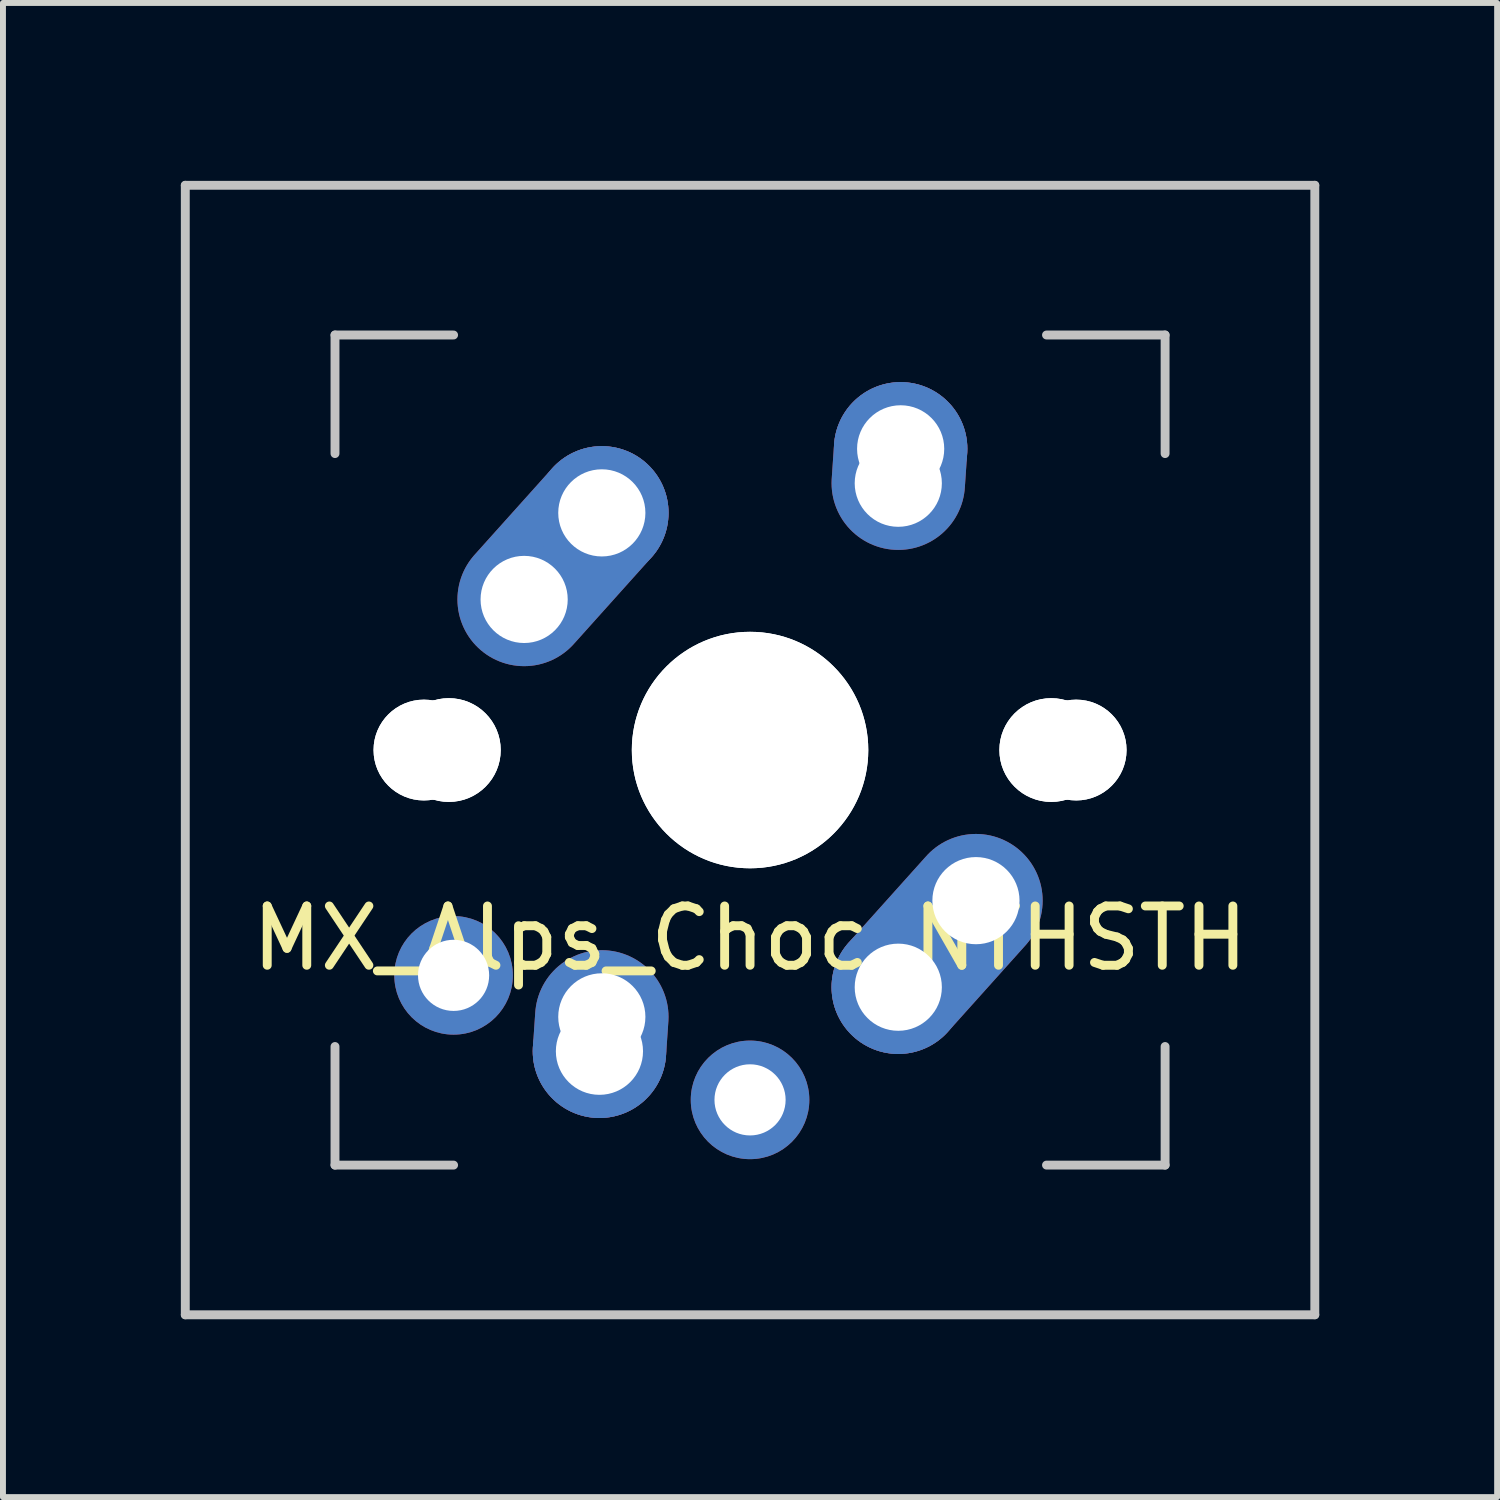
<source format=kicad_pcb>
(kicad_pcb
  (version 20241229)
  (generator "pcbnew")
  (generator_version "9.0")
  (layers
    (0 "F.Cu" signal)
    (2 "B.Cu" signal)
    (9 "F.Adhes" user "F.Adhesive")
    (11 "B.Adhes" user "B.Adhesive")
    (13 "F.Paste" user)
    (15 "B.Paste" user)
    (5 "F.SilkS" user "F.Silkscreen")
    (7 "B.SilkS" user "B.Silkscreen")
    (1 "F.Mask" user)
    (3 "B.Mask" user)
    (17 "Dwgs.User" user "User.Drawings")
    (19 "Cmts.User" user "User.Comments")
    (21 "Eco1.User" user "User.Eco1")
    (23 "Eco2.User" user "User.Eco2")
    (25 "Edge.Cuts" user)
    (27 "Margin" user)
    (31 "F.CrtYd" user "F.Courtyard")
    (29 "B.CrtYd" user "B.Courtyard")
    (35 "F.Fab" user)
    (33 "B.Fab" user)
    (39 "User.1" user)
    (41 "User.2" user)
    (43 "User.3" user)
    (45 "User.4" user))
  (footprint "MX_Alps_Choc_NTHSTH"
    (layer "F.Cu")
    (at 9.6 9.6)
    (property "Reference" "MX_Alps_Choc_NTHSTH" (at 0 3.175 0) (layer "F.SilkS") (effects (font (size 1 1) (thickness 0.15))))
    (attr through_hole)
    (fp_line (start -9.525 -9.525) (end 9.525 -9.525) (stroke (width 0.15) (type solid)) (layer "Dwgs.User"))
    (fp_line (start -9.525 9.525) (end -9.525 -9.525) (stroke (width 0.15) (type solid)) (layer "Dwgs.User"))
    (fp_line (start -7 -7) (end -7 -5) (stroke (width 0.15) (type solid)) (layer "Dwgs.User"))
    (fp_line (start -7 5) (end -7 7) (stroke (width 0.15) (type solid)) (layer "Dwgs.User"))
    (fp_line (start -7 7) (end -5 7) (stroke (width 0.15) (type solid)) (layer "Dwgs.User"))
    (fp_line (start -5 -7) (end -7 -7) (stroke (width 0.15) (type solid)) (layer "Dwgs.User"))
    (fp_line (start 5 -7) (end 7 -7) (stroke (width 0.15) (type solid)) (layer "Dwgs.User"))
    (fp_line (start 5 7) (end 7 7) (stroke (width 0.15) (type solid)) (layer "Dwgs.User"))
    (fp_line (start 7 -7) (end 7 -5) (stroke (width 0.15) (type solid)) (layer "Dwgs.User"))
    (fp_line (start 7 7) (end 7 5) (stroke (width 0.15) (type solid)) (layer "Dwgs.User"))
    (fp_line (start 9.525 -9.525) (end 9.525 9.525) (stroke (width 0.15) (type solid)) (layer "Dwgs.User"))
    (fp_line (start 9.525 9.525) (end -9.525 9.525) (stroke (width 0.15) (type solid)) (layer "Dwgs.User"))
    (pad "" np_thru_hole circle (at -5.5 0 228.1) (size 1.7 1.7) (drill 1.7) (layers "*.Cu" "*.Mask"))
    (pad "" np_thru_hole circle (at -5.5 0 48.1) (size 1.7 1.7) (drill 1.7) (layers "*.Cu" "*.Mask"))
    (pad "" np_thru_hole circle (at -5.08 0 48.1) (size 1.75 1.75) (drill 1.75) (layers "*.Cu" "*.Mask"))
    (pad "" np_thru_hole circle (at -5.08 0 228.1) (size 1.75 1.75) (drill 1.75) (layers "*.Cu" "*.Mask"))
    (pad "" np_thru_hole circle (at 0 0 180) (size 3.988 3.988) (drill 3.988) (layers "*.Cu" "*.Mask"))
    (pad "" np_thru_hole circle (at 0 0) (size 3.988 3.988) (drill 3.988) (layers "*.Cu" "*.Mask"))
    (pad "" np_thru_hole circle (at 5.08 0 48.1) (size 1.75 1.75) (drill 1.75) (layers "*.Cu" "*.Mask"))
    (pad "" np_thru_hole circle (at 5.08 0 228.1) (size 1.75 1.75) (drill 1.75) (layers "*.Cu" "*.Mask"))
    (pad "" np_thru_hole circle (at 5.5 0 228.1) (size 1.7 1.7) (drill 1.7) (layers "*.Cu" "*.Mask"))
    (pad "" np_thru_hole circle (at 5.5 0 48.1) (size 1.7 1.7) (drill 1.7) (layers "*.Cu" "*.Mask"))
    (pad "1" thru_hole circle (at -5 3.8 180) (size 2 2) (drill 1.2) (layers "*.Cu" "*.Mask"))
    (pad "1" thru_hole circle (at -2.54 5.08 180) (size 2.25 2.25) (drill 1.47) (layers "*.Cu" "*.Mask"))
    (pad "1" thru_hole oval (at -2.5 4.5 266.1) (size 2.831 2.25) (drill 1.47 (offset 0.291 0)) (layers "*.Cu" "*.Mask"))
    (pad "1" thru_hole oval (at 2.5 -4.5 86.1) (size 2.831 2.25) (drill 1.47 (offset 0.291 0)) (layers "*.Cu" "*.Mask"))
    (pad "1" thru_hole circle (at 2.54 -5.08) (size 2.25 2.25) (drill 1.47) (layers "*.Cu" "*.Mask"))
    (pad "2" thru_hole oval (at -3.81 -2.54 48.1) (size 4.212 2.25) (drill 1.47 (offset 0.981 0)) (layers "*.Cu" "*.Mask"))
    (pad "2" thru_hole circle (at -2.5 -4) (size 2.25 2.25) (drill 1.47) (layers "*.Cu" "*.Mask"))
    (pad "2" thru_hole circle (at 0 5.9 180) (size 2 2) (drill 1.2) (layers "*.Cu" "*.Mask"))
    (pad "2" thru_hole circle (at 2.5 4 180) (size 2.25 2.25) (drill 1.47) (layers "*.Cu" "*.Mask"))
    (pad "2" thru_hole oval (at 3.81 2.54 228.1) (size 4.212 2.25) (drill 1.47 (offset 0.981 0)) (layers "*.Cu" "*.Mask")))
  (gr_rect
    (start -3 -3)
    (end 22.2 22.2)
    (stroke (width 0.1) (type default))
    (fill no)
    (layer "Edge.Cuts")))
</source>
